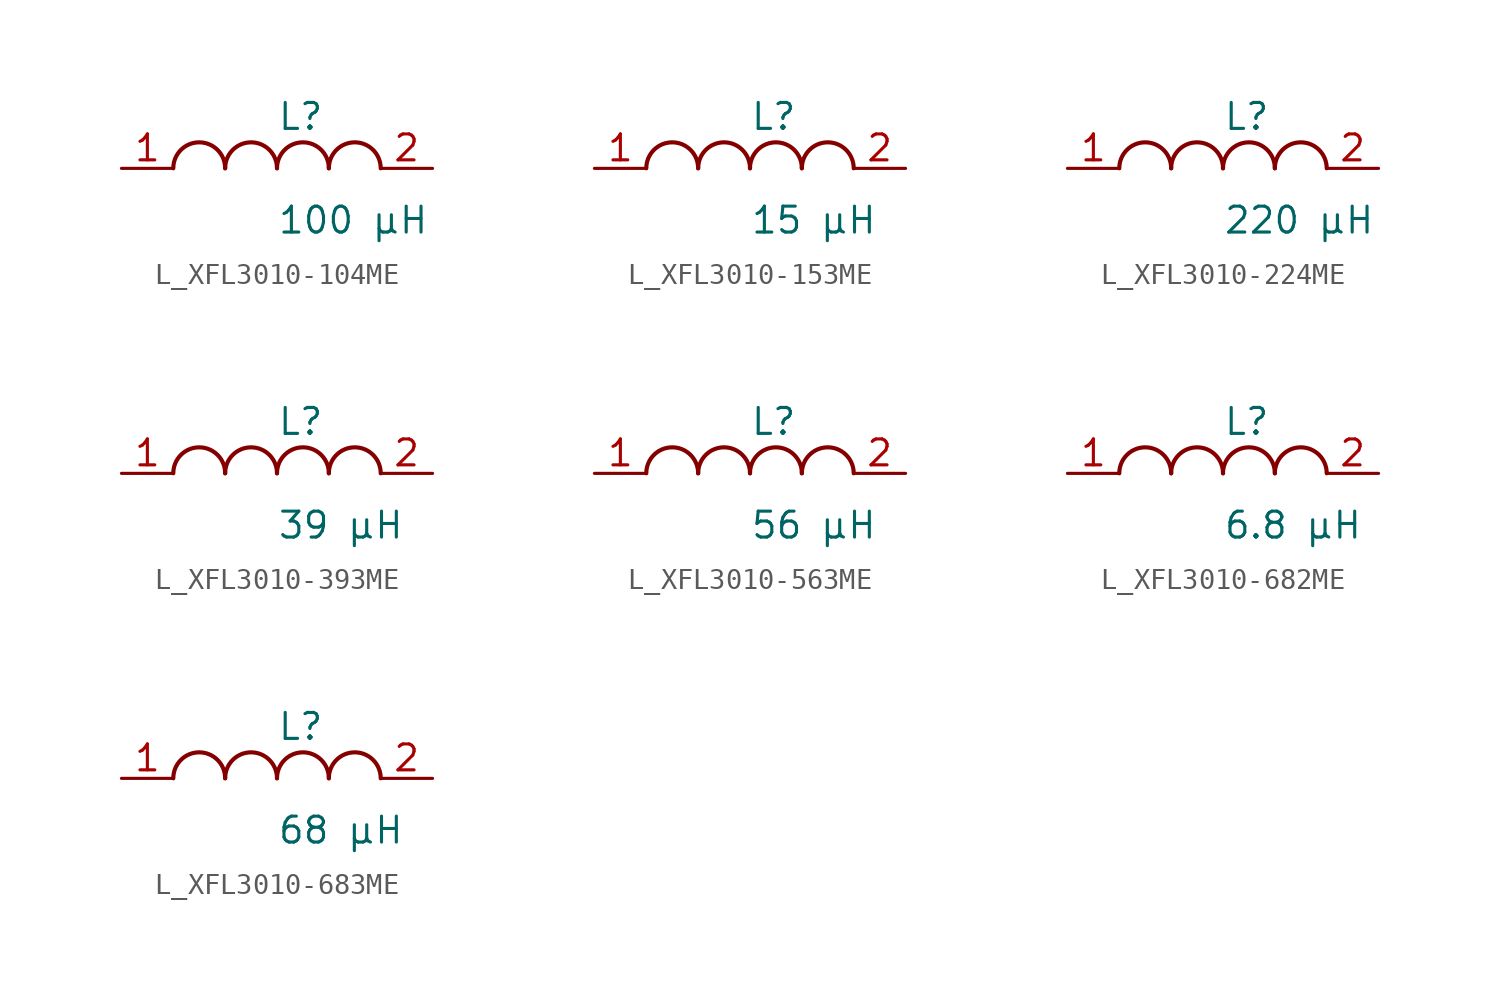
<source format=kicad_sym>
(kicad_symbol_lib
  (version 20231120)
  (generator kicad_symbol_editor)
  (generator_version 8.0)
  (symbol "L_XFL3010-104ME"
    (pin_names
      (offset 0.254))
    (property "Reference" "L"
      (at 0.0 2.54 0)
      (effects (font (size 1.27 1.27)) (justify left)))
    (property "Value" "100 µH"
      (at 0.0 -2.54 0)
      (effects (font (size 1.27 1.27)) (justify left)))
    (symbol "L_XFL3010-104ME_1_1"
      (arc (start -2.54 0.0056) (mid -3.81 1.27) (end -5.08 0.0056) (stroke (width 0.2032) (type default)) (fill (type none)))
      (arc (start 0 0.0056) (mid -1.27 1.27) (end -2.54 0.0056) (stroke (width 0.2032) (type default)) (fill (type none)))
      (arc (start 2.54 0.0056) (mid 1.27 1.27) (end 0 0.0056) (stroke (width 0.2032) (type default)) (fill (type none)))
      (arc (start 5.08 0.0056) (mid 3.81 1.27) (end 2.54 0.0056) (stroke (width 0.2032) (type default)) (fill (type none)))
      (pin unspecified line (at -7.62 0 0) (length 2.54) (name "" (effects (font (size 1.27 1.27)))) (number "1" (effects (font (size 1.27 1.27)))))
      (pin unspecified line (at 7.62 0 180) (length 2.54) (name "" (effects (font (size 1.27 1.27)))) (number "2" (effects (font (size 1.27 1.27)))))))
  (symbol "L_XFL3010-153ME"
    (pin_names
      (offset 0.254))
    (property "Reference" "L"
      (at 0.0 2.54 0)
      (effects (font (size 1.27 1.27)) (justify left)))
    (property "Value" "15 µH"
      (at 0.0 -2.54 0)
      (effects (font (size 1.27 1.27)) (justify left)))
    (symbol "L_XFL3010-153ME_1_1"
      (arc (start -2.54 0.0056) (mid -3.81 1.27) (end -5.08 0.0056) (stroke (width 0.2032) (type default)) (fill (type none)))
      (arc (start 0 0.0056) (mid -1.27 1.27) (end -2.54 0.0056) (stroke (width 0.2032) (type default)) (fill (type none)))
      (arc (start 2.54 0.0056) (mid 1.27 1.27) (end 0 0.0056) (stroke (width 0.2032) (type default)) (fill (type none)))
      (arc (start 5.08 0.0056) (mid 3.81 1.27) (end 2.54 0.0056) (stroke (width 0.2032) (type default)) (fill (type none)))
      (pin unspecified line (at -7.62 0 0) (length 2.54) (name "" (effects (font (size 1.27 1.27)))) (number "1" (effects (font (size 1.27 1.27)))))
      (pin unspecified line (at 7.62 0 180) (length 2.54) (name "" (effects (font (size 1.27 1.27)))) (number "2" (effects (font (size 1.27 1.27)))))))
  (symbol "L_XFL3010-224ME"
    (pin_names
      (offset 0.254))
    (property "Reference" "L"
      (at 0.0 2.54 0)
      (effects (font (size 1.27 1.27)) (justify left)))
    (property "Value" "220 µH"
      (at 0.0 -2.54 0)
      (effects (font (size 1.27 1.27)) (justify left)))
    (symbol "L_XFL3010-224ME_1_1"
      (arc (start -2.54 0.0056) (mid -3.81 1.27) (end -5.08 0.0056) (stroke (width 0.2032) (type default)) (fill (type none)))
      (arc (start 0 0.0056) (mid -1.27 1.27) (end -2.54 0.0056) (stroke (width 0.2032) (type default)) (fill (type none)))
      (arc (start 2.54 0.0056) (mid 1.27 1.27) (end 0 0.0056) (stroke (width 0.2032) (type default)) (fill (type none)))
      (arc (start 5.08 0.0056) (mid 3.81 1.27) (end 2.54 0.0056) (stroke (width 0.2032) (type default)) (fill (type none)))
      (pin unspecified line (at -7.62 0 0) (length 2.54) (name "" (effects (font (size 1.27 1.27)))) (number "1" (effects (font (size 1.27 1.27)))))
      (pin unspecified line (at 7.62 0 180) (length 2.54) (name "" (effects (font (size 1.27 1.27)))) (number "2" (effects (font (size 1.27 1.27)))))))
  (symbol "L_XFL3010-393ME"
    (pin_names
      (offset 0.254))
    (property "Reference" "L"
      (at 0.0 2.54 0)
      (effects (font (size 1.27 1.27)) (justify left)))
    (property "Value" "39 µH"
      (at 0.0 -2.54 0)
      (effects (font (size 1.27 1.27)) (justify left)))
    (symbol "L_XFL3010-393ME_1_1"
      (arc (start -2.54 0.0056) (mid -3.81 1.27) (end -5.08 0.0056) (stroke (width 0.2032) (type default)) (fill (type none)))
      (arc (start 0 0.0056) (mid -1.27 1.27) (end -2.54 0.0056) (stroke (width 0.2032) (type default)) (fill (type none)))
      (arc (start 2.54 0.0056) (mid 1.27 1.27) (end 0 0.0056) (stroke (width 0.2032) (type default)) (fill (type none)))
      (arc (start 5.08 0.0056) (mid 3.81 1.27) (end 2.54 0.0056) (stroke (width 0.2032) (type default)) (fill (type none)))
      (pin unspecified line (at -7.62 0 0) (length 2.54) (name "" (effects (font (size 1.27 1.27)))) (number "1" (effects (font (size 1.27 1.27)))))
      (pin unspecified line (at 7.62 0 180) (length 2.54) (name "" (effects (font (size 1.27 1.27)))) (number "2" (effects (font (size 1.27 1.27)))))))
  (symbol "L_XFL3010-563ME"
    (pin_names
      (offset 0.254))
    (property "Reference" "L"
      (at 0.0 2.54 0)
      (effects (font (size 1.27 1.27)) (justify left)))
    (property "Value" "56 µH"
      (at 0.0 -2.54 0)
      (effects (font (size 1.27 1.27)) (justify left)))
    (symbol "L_XFL3010-563ME_1_1"
      (arc (start -2.54 0.0056) (mid -3.81 1.27) (end -5.08 0.0056) (stroke (width 0.2032) (type default)) (fill (type none)))
      (arc (start 0 0.0056) (mid -1.27 1.27) (end -2.54 0.0056) (stroke (width 0.2032) (type default)) (fill (type none)))
      (arc (start 2.54 0.0056) (mid 1.27 1.27) (end 0 0.0056) (stroke (width 0.2032) (type default)) (fill (type none)))
      (arc (start 5.08 0.0056) (mid 3.81 1.27) (end 2.54 0.0056) (stroke (width 0.2032) (type default)) (fill (type none)))
      (pin unspecified line (at -7.62 0 0) (length 2.54) (name "" (effects (font (size 1.27 1.27)))) (number "1" (effects (font (size 1.27 1.27)))))
      (pin unspecified line (at 7.62 0 180) (length 2.54) (name "" (effects (font (size 1.27 1.27)))) (number "2" (effects (font (size 1.27 1.27)))))))
  (symbol "L_XFL3010-682ME"
    (pin_names
      (offset 0.254))
    (property "Reference" "L"
      (at 0.0 2.54 0)
      (effects (font (size 1.27 1.27)) (justify left)))
    (property "Value" "6.8 µH"
      (at 0.0 -2.54 0)
      (effects (font (size 1.27 1.27)) (justify left)))
    (symbol "L_XFL3010-682ME_1_1"
      (arc (start -2.54 0.0056) (mid -3.81 1.27) (end -5.08 0.0056) (stroke (width 0.2032) (type default)) (fill (type none)))
      (arc (start 0 0.0056) (mid -1.27 1.27) (end -2.54 0.0056) (stroke (width 0.2032) (type default)) (fill (type none)))
      (arc (start 2.54 0.0056) (mid 1.27 1.27) (end 0 0.0056) (stroke (width 0.2032) (type default)) (fill (type none)))
      (arc (start 5.08 0.0056) (mid 3.81 1.27) (end 2.54 0.0056) (stroke (width 0.2032) (type default)) (fill (type none)))
      (pin unspecified line (at -7.62 0 0) (length 2.54) (name "" (effects (font (size 1.27 1.27)))) (number "1" (effects (font (size 1.27 1.27)))))
      (pin unspecified line (at 7.62 0 180) (length 2.54) (name "" (effects (font (size 1.27 1.27)))) (number "2" (effects (font (size 1.27 1.27)))))))
  (symbol "L_XFL3010-683ME"
    (pin_names
      (offset 0.254))
    (property "Reference" "L"
      (at 0.0 2.54 0)
      (effects (font (size 1.27 1.27)) (justify left)))
    (property "Value" "68 µH"
      (at 0.0 -2.54 0)
      (effects (font (size 1.27 1.27)) (justify left)))
    (symbol "L_XFL3010-683ME_1_1"
      (arc (start -2.54 0.0056) (mid -3.81 1.27) (end -5.08 0.0056) (stroke (width 0.2032) (type default)) (fill (type none)))
      (arc (start 0 0.0056) (mid -1.27 1.27) (end -2.54 0.0056) (stroke (width 0.2032) (type default)) (fill (type none)))
      (arc (start 2.54 0.0056) (mid 1.27 1.27) (end 0 0.0056) (stroke (width 0.2032) (type default)) (fill (type none)))
      (arc (start 5.08 0.0056) (mid 3.81 1.27) (end 2.54 0.0056) (stroke (width 0.2032) (type default)) (fill (type none)))
      (pin unspecified line (at -7.62 0 0) (length 2.54) (name "" (effects (font (size 1.27 1.27)))) (number "1" (effects (font (size 1.27 1.27)))))
      (pin unspecified line (at 7.62 0 180) (length 2.54) (name "" (effects (font (size 1.27 1.27)))) (number "2" (effects (font (size 1.27 1.27))))))))
</source>
